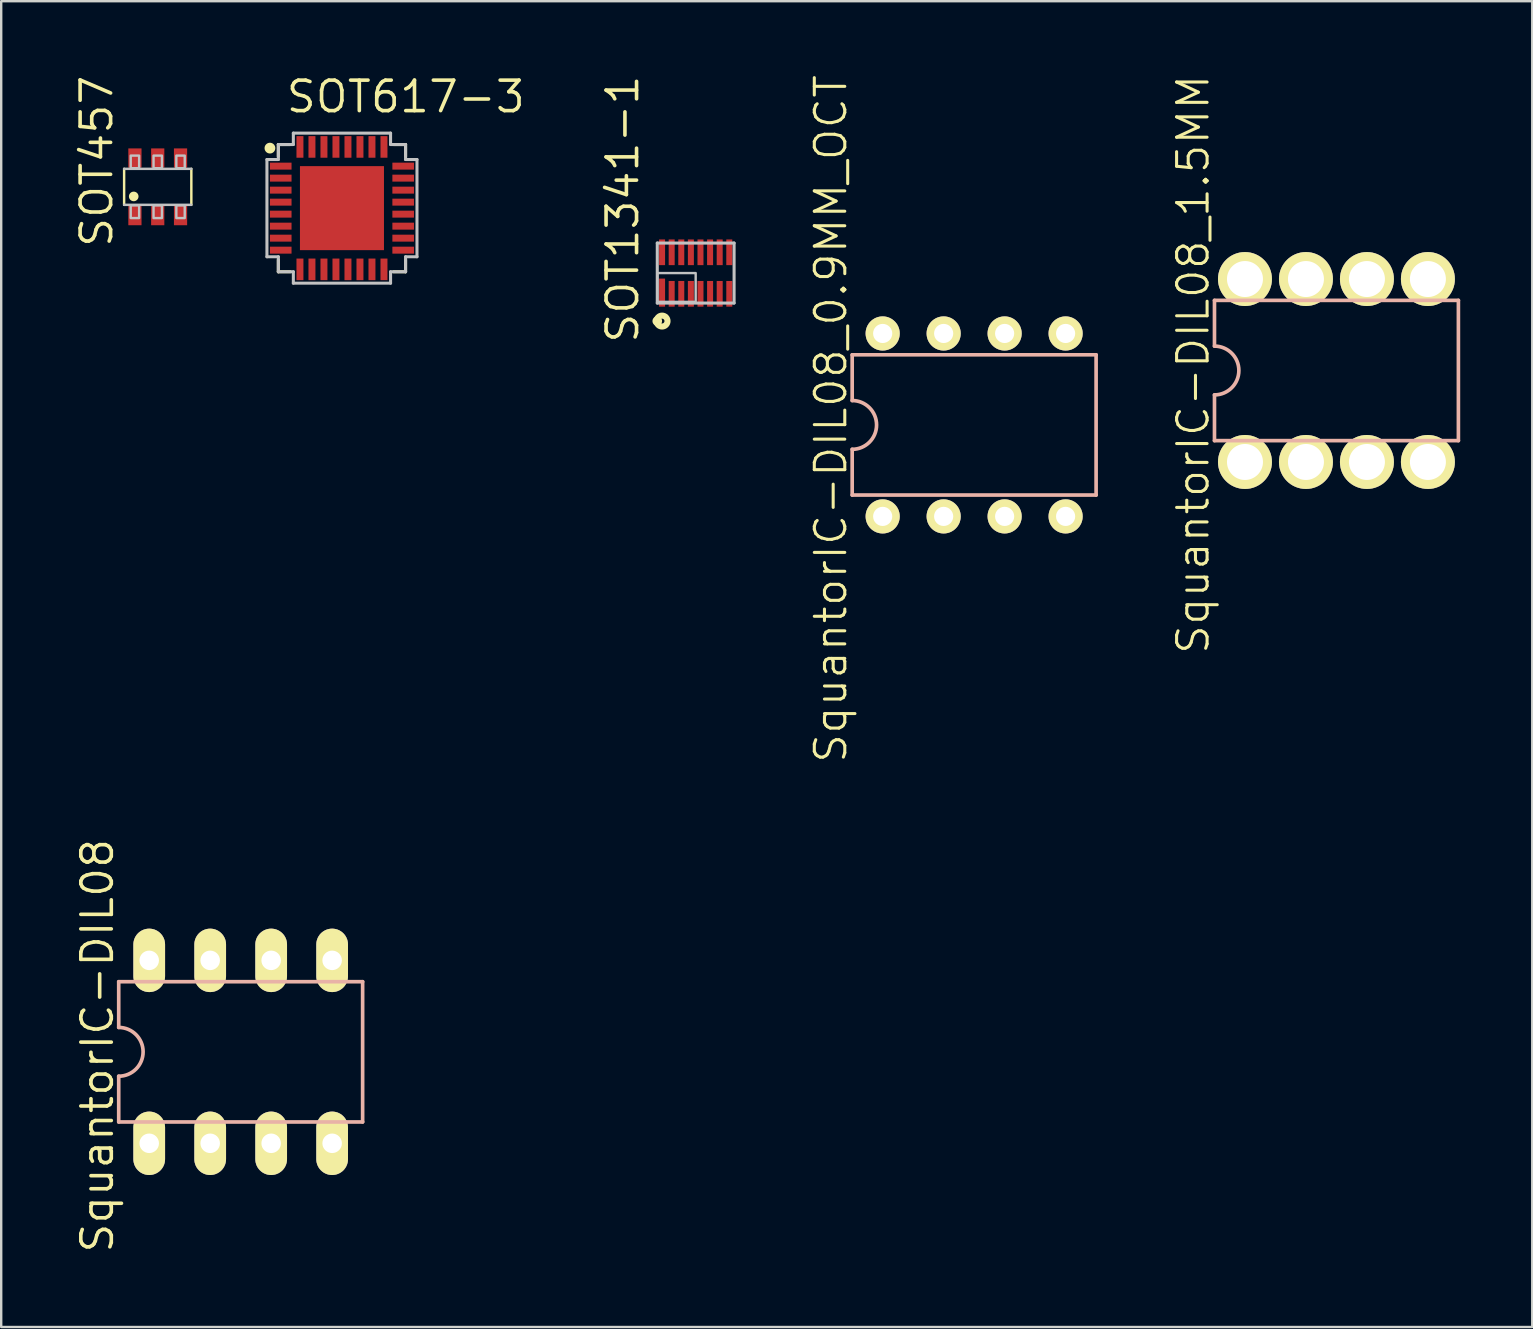
<source format=kicad_pcb>
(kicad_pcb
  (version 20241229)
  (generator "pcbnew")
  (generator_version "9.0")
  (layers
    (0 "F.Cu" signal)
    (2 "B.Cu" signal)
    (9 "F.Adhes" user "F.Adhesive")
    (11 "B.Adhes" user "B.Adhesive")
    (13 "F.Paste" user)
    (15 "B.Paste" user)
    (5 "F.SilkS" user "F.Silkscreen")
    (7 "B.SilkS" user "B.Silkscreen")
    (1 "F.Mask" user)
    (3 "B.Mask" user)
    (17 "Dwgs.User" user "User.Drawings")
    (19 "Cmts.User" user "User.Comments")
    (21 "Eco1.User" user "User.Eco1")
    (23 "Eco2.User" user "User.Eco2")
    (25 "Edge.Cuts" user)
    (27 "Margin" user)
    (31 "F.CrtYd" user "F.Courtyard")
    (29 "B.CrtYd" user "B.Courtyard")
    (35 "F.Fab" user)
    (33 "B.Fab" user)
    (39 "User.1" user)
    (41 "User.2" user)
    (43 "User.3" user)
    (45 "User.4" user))
  (footprint "SquantorIC-DIL08_1.5MM"
    (layer "F.Cu")
    (at 52.618 12.383)
    (property "Reference" "SquantorIC-DIL08_1.5MM" (at -5.969 -0.254 90) (layer "F.SilkS") (effects (font (size 1.27 1.27) (thickness 0.127))))
    (attr exclude_from_pos_files exclude_from_bom)
    (fp_line (start -5.08 -2.921) (end -5.08 -1.016) (stroke (width 0.152) (type solid)) (layer "B.SilkS"))
    (fp_line (start -5.08 2.921) (end -5.08 1.016) (stroke (width 0.152) (type solid)) (layer "B.SilkS"))
    (fp_line (start -5.08 2.921) (end 5.08 2.921) (stroke (width 0.152) (type solid)) (layer "B.SilkS"))
    (fp_line (start 5.08 -2.921) (end -5.08 -2.921) (stroke (width 0.152) (type solid)) (layer "B.SilkS"))
    (fp_line (start 5.08 -2.921) (end 5.08 2.921) (stroke (width 0.152) (type solid)) (layer "B.SilkS"))
    (fp_arc (start -5.08 -1.016) (mid -4.064 0) (end -5.08 1.016) (stroke (width 0.1524) (type solid)) (layer "B.SilkS"))
    (pad "1" thru_hole circle (at -3.81 3.81) (size 2.248 2.248) (drill 1.499) (layers "*.Cu" "F.Mask" "F.SilkS" "F.Paste"))
    (pad "2" thru_hole circle (at -1.27 3.81) (size 2.248 2.248) (drill 1.499) (layers "*.Cu" "F.Mask" "F.SilkS" "F.Paste"))
    (pad "3" thru_hole circle (at 1.27 3.81) (size 2.248 2.248) (drill 1.499) (layers "*.Cu" "F.Mask" "F.SilkS" "F.Paste"))
    (pad "4" thru_hole circle (at 3.81 3.81) (size 2.248 2.248) (drill 1.499) (layers "*.Cu" "F.Mask" "F.SilkS" "F.Paste"))
    (pad "5" thru_hole circle (at 3.81 -3.81) (size 2.248 2.248) (drill 1.499) (layers "*.Cu" "F.Mask" "F.SilkS" "F.Paste"))
    (pad "6" thru_hole circle (at 1.27 -3.81) (size 2.248 2.248) (drill 1.499) (layers "*.Cu" "F.Mask" "F.SilkS" "F.Paste"))
    (pad "7" thru_hole circle (at -1.27 -3.81) (size 2.248 2.248) (drill 1.499) (layers "*.Cu" "F.Mask" "F.SilkS" "F.Paste"))
    (pad "8" thru_hole circle (at -3.81 -3.81) (size 2.248 2.248) (drill 1.499) (layers "*.Cu" "F.Mask" "F.SilkS" "F.Paste")))
  (footprint "SOT617-3"
    (layer "F.Cu")
    (at 11.194 5.62)
    (property "Reference" "SOT617-3" (at -2.4 -3.9 0) (layer "F.SilkS") (effects (font (size 1.27 1.27) (thickness 0.15)) (justify left bottom)))
    (attr through_hole)
    (fp_line (start -2.65 -2.65) (end -2.65 -2.15) (stroke (width 0.127) (type solid)) (layer "F.SilkS"))
    (fp_line (start -2.65 -2.65) (end -2.15 -2.65) (stroke (width 0.127) (type solid)) (layer "F.SilkS"))
    (fp_line (start -2.65 2.15) (end -2.65 2.65) (stroke (width 0.127) (type solid)) (layer "F.SilkS"))
    (fp_line (start -2.65 2.65) (end -2.15 2.65) (stroke (width 0.127) (type solid)) (layer "F.SilkS"))
    (fp_line (start 2.15 -2.65) (end 2.65 -2.65) (stroke (width 0.127) (type solid)) (layer "F.SilkS"))
    (fp_line (start 2.15 2.65) (end 2.65 2.65) (stroke (width 0.127) (type solid)) (layer "F.SilkS"))
    (fp_line (start 2.65 -2.65) (end 2.65 -2.15) (stroke (width 0.127) (type solid)) (layer "F.SilkS"))
    (fp_line (start 2.65 2.15) (end 2.65 2.65) (stroke (width 0.127) (type solid)) (layer "F.SilkS"))
    (fp_circle (center -3 -2.5) (end -2.776 -2.5) (stroke (width 0) (type solid)) (fill yes) (layer "F.SilkS"))
    (fp_poly (pts (xy -1.05 -0.55) (xy -0.55 -0.55) (xy -0.55 -1.05) (xy -1.05 -1.05)) (stroke (width 0) (type solid)) (fill yes) (layer "F.Paste"))
    (fp_poly (pts (xy -1.05 0.25) (xy -0.55 0.25) (xy -0.55 -0.25) (xy -1.05 -0.25)) (stroke (width 0) (type solid)) (fill yes) (layer "F.Paste"))
    (fp_poly (pts (xy -1.05 1.05) (xy -0.55 1.05) (xy -0.55 0.55) (xy -1.05 0.55)) (stroke (width 0) (type solid)) (fill yes) (layer "F.Paste"))
    (fp_poly (pts (xy -0.25 -0.55) (xy 0.25 -0.55) (xy 0.25 -1.05) (xy -0.25 -1.05)) (stroke (width 0) (type solid)) (fill yes) (layer "F.Paste"))
    (fp_poly (pts (xy -0.25 0.25) (xy 0.25 0.25) (xy 0.25 -0.25) (xy -0.25 -0.25)) (stroke (width 0) (type solid)) (fill yes) (layer "F.Paste"))
    (fp_poly (pts (xy -0.25 1.05) (xy 0.25 1.05) (xy 0.25 0.55) (xy -0.25 0.55)) (stroke (width 0) (type solid)) (fill yes) (layer "F.Paste"))
    (fp_poly (pts (xy 0.55 -0.55) (xy 1.05 -0.55) (xy 1.05 -1.05) (xy 0.55 -1.05)) (stroke (width 0) (type solid)) (fill yes) (layer "F.Paste"))
    (fp_poly (pts (xy 0.55 0.25) (xy 1.05 0.25) (xy 1.05 -0.25) (xy 0.55 -0.25)) (stroke (width 0) (type solid)) (fill yes) (layer "F.Paste"))
    (fp_poly (pts (xy 0.55 1.05) (xy 1.05 1.05) (xy 1.05 0.55) (xy 0.55 0.55)) (stroke (width 0) (type solid)) (fill yes) (layer "F.Paste"))
    (fp_line (start -3.125 -2.025) (end -3.125 2.025) (stroke (width 0.127) (type solid)) (layer "Dwgs.User"))
    (fp_line (start -3.125 -2.025) (end -2.65 -2.025) (stroke (width 0.127) (type solid)) (layer "Dwgs.User"))
    (fp_line (start -3.125 2.025) (end -2.65 2.025) (stroke (width 0.127) (type solid)) (layer "Dwgs.User"))
    (fp_line (start -2.65 -2.65) (end -2.65 -2.025) (stroke (width 0.127) (type solid)) (layer "Dwgs.User"))
    (fp_line (start -2.65 -2.65) (end -2.025 -2.65) (stroke (width 0.127) (type solid)) (layer "Dwgs.User"))
    (fp_line (start -2.65 2.025) (end -2.65 2.65) (stroke (width 0.127) (type solid)) (layer "Dwgs.User"))
    (fp_line (start -2.65 2.65) (end -2.025 2.65) (stroke (width 0.127) (type solid)) (layer "Dwgs.User"))
    (fp_line (start -2.025 -3.125) (end -2.025 -2.65) (stroke (width 0.127) (type solid)) (layer "Dwgs.User"))
    (fp_line (start -2.025 3.125) (end -2.025 2.65) (stroke (width 0.127) (type solid)) (layer "Dwgs.User"))
    (fp_line (start -2.025 3.125) (end 2.025 3.125) (stroke (width 0.127) (type solid)) (layer "Dwgs.User"))
    (fp_line (start 2.025 -3.125) (end -2.025 -3.125) (stroke (width 0.127) (type solid)) (layer "Dwgs.User"))
    (fp_line (start 2.025 -3.125) (end 2.025 -2.65) (stroke (width 0.127) (type solid)) (layer "Dwgs.User"))
    (fp_line (start 2.025 -2.65) (end 2.65 -2.65) (stroke (width 0.127) (type solid)) (layer "Dwgs.User"))
    (fp_line (start 2.025 2.65) (end 2.65 2.65) (stroke (width 0.127) (type solid)) (layer "Dwgs.User"))
    (fp_line (start 2.025 3.125) (end 2.025 2.65) (stroke (width 0.127) (type solid)) (layer "Dwgs.User"))
    (fp_line (start 2.65 -2.65) (end 2.65 -2.025) (stroke (width 0.127) (type solid)) (layer "Dwgs.User"))
    (fp_line (start 2.65 -2.025) (end 3.125 -2.025) (stroke (width 0.127) (type solid)) (layer "Dwgs.User"))
    (fp_line (start 2.65 2.025) (end 2.65 2.65) (stroke (width 0.127) (type solid)) (layer "Dwgs.User"))
    (fp_line (start 2.65 2.025) (end 3.125 2.025) (stroke (width 0.127) (type solid)) (layer "Dwgs.User"))
    (fp_line (start 3.125 -2.025) (end 3.125 2.025) (stroke (width 0.127) (type solid)) (layer "Dwgs.User"))
    (pad "1" smd rect (at -2.55 -1.75 90) (size 0.29 0.9) (layers "F.Cu" "F.Mask" "F.Paste"))
    (pad "2" smd rect (at -2.55 -1.25 270) (size 0.29 0.9) (layers "F.Cu" "F.Mask" "F.Paste"))
    (pad "3" smd rect (at -2.55 -0.75 90) (size 0.29 0.9) (layers "F.Cu" "F.Mask" "F.Paste"))
    (pad "4" smd rect (at -2.55 -0.25 90) (size 0.29 0.9) (layers "F.Cu" "F.Mask" "F.Paste"))
    (pad "5" smd rect (at -2.55 0.25 90) (size 0.29 0.9) (layers "F.Cu" "F.Mask" "F.Paste"))
    (pad "6" smd rect (at -2.55 0.75 90) (size 0.29 0.9) (layers "F.Cu" "F.Mask" "F.Paste"))
    (pad "7" smd rect (at -2.55 1.25 90) (size 0.29 0.9) (layers "F.Cu" "F.Mask" "F.Paste"))
    (pad "8" smd rect (at -2.55 1.75 90) (size 0.29 0.9) (layers "F.Cu" "F.Mask" "F.Paste"))
    (pad "9" smd rect (at -1.75 2.55 180) (size 0.29 0.9) (layers "F.Cu" "F.Mask" "F.Paste"))
    (pad "10" smd rect (at -1.25 2.55 180) (size 0.29 0.9) (layers "F.Cu" "F.Mask" "F.Paste"))
    (pad "11" smd rect (at -0.75 2.55 180) (size 0.29 0.9) (layers "F.Cu" "F.Mask" "F.Paste"))
    (pad "12" smd rect (at -0.25 2.55 180) (size 0.29 0.9) (layers "F.Cu" "F.Mask" "F.Paste"))
    (pad "13" smd rect (at 0.25 2.55 180) (size 0.29 0.9) (layers "F.Cu" "F.Mask" "F.Paste"))
    (pad "14" smd rect (at 0.75 2.55 180) (size 0.29 0.9) (layers "F.Cu" "F.Mask" "F.Paste"))
    (pad "15" smd rect (at 1.25 2.55 180) (size 0.29 0.9) (layers "F.Cu" "F.Mask" "F.Paste"))
    (pad "16" smd rect (at 1.75 2.55 180) (size 0.29 0.9) (layers "F.Cu" "F.Mask" "F.Paste"))
    (pad "17" smd rect (at 2.55 1.75 270) (size 0.29 0.9) (layers "F.Cu" "F.Mask" "F.Paste"))
    (pad "18" smd rect (at 2.55 1.25 90) (size 0.29 0.9) (layers "F.Cu" "F.Mask" "F.Paste"))
    (pad "19" smd rect (at 2.55 0.75 270) (size 0.29 0.9) (layers "F.Cu" "F.Mask" "F.Paste"))
    (pad "20" smd rect (at 2.55 0.25 270) (size 0.29 0.9) (layers "F.Cu" "F.Mask" "F.Paste"))
    (pad "21" smd rect (at 2.55 -0.25 270) (size 0.29 0.9) (layers "F.Cu" "F.Mask" "F.Paste"))
    (pad "22" smd rect (at 2.55 -0.75 270) (size 0.29 0.9) (layers "F.Cu" "F.Mask" "F.Paste"))
    (pad "23" smd rect (at 2.55 -1.25 270) (size 0.29 0.9) (layers "F.Cu" "F.Mask" "F.Paste"))
    (pad "24" smd rect (at 2.55 -1.75 270) (size 0.29 0.9) (layers "F.Cu" "F.Mask" "F.Paste"))
    (pad "25" smd rect (at 1.75 -2.55) (size 0.29 0.9) (layers "F.Cu" "F.Mask" "F.Paste"))
    (pad "26" smd rect (at 1.25 -2.55) (size 0.29 0.9) (layers "F.Cu" "F.Mask" "F.Paste"))
    (pad "27" smd rect (at 0.75 -2.55) (size 0.29 0.9) (layers "F.Cu" "F.Mask" "F.Paste"))
    (pad "28" smd rect (at 0.25 -2.55) (size 0.29 0.9) (layers "F.Cu" "F.Mask" "F.Paste"))
    (pad "29" smd rect (at -0.25 -2.55) (size 0.29 0.9) (layers "F.Cu" "F.Mask" "F.Paste"))
    (pad "30" smd rect (at -0.75 -2.55) (size 0.29 0.9) (layers "F.Cu" "F.Mask" "F.Paste"))
    (pad "31" smd rect (at -1.25 -2.55) (size 0.29 0.9) (layers "F.Cu" "F.Mask" "F.Paste"))
    (pad "32" smd rect (at -1.75 -2.55) (size 0.29 0.9) (layers "F.Cu" "F.Mask" "F.Paste"))
    (pad "33" smd rect (at 0 0) (size 3.5 3.5) (layers "F.Cu" "F.Mask" "F.Paste")))
  (footprint "SOT457"
    (layer "F.Cu")
    (at 3.52 4.732)
    (property "Reference" "SOT457" (at -1.8 2.6 270) (layer "F.SilkS") (effects (font (size 1.27 1.27) (thickness 0.15)) (justify left bottom)))
    (attr through_hole)
    (fp_line (start -1.4 0.75) (end -1.4 -0.75) (stroke (width 0.102) (type solid)) (layer "F.SilkS"))
    (fp_line (start 1.4 -0.75) (end 1.4 0.75) (stroke (width 0.102) (type solid)) (layer "F.SilkS"))
    (fp_circle (center -1 0.4) (end -0.8 0.4) (stroke (width 0) (type solid)) (fill yes) (layer "F.SilkS"))
    (fp_line (start -1.4 -0.75) (end 1.4 -0.75) (stroke (width 0.102) (type solid)) (layer "Dwgs.User"))
    (fp_line (start 1.4 0.75) (end -1.4 0.75) (stroke (width 0.102) (type solid)) (layer "Dwgs.User"))
    (fp_poly (pts (xy -1.125 -0.775) (xy -0.775 -0.775) (xy -0.775 -1.3) (xy -1.125 -1.3)) (stroke (width 0.1) (type solid)) (fill no) (layer "Dwgs.User"))
    (fp_poly (pts (xy -1.125 1.3) (xy -0.775 1.3) (xy -0.775 0.775) (xy -1.125 0.775)) (stroke (width 0.1) (type solid)) (fill no) (layer "Dwgs.User"))
    (fp_poly (pts (xy -0.175 -0.775) (xy 0.175 -0.775) (xy 0.175 -1.3) (xy -0.175 -1.3)) (stroke (width 0.1) (type solid)) (fill no) (layer "Dwgs.User"))
    (fp_poly (pts (xy -0.175 1.3) (xy 0.175 1.3) (xy 0.175 0.775) (xy -0.175 0.775)) (stroke (width 0.1) (type solid)) (fill no) (layer "Dwgs.User"))
    (fp_poly (pts (xy 0.775 -0.775) (xy 1.125 -0.775) (xy 1.125 -1.3) (xy 0.775 -1.3)) (stroke (width 0.1) (type solid)) (fill no) (layer "Dwgs.User"))
    (fp_poly (pts (xy 0.775 1.3) (xy 1.125 1.3) (xy 1.125 0.775) (xy 0.775 0.775)) (stroke (width 0.1) (type solid)) (fill no) (layer "Dwgs.User"))
    (pad "1" smd rect (at -0.95 1.2) (size 0.55 0.8) (layers "F.Cu" "F.Mask" "F.Paste"))
    (pad "2" smd rect (at 0 1.2) (size 0.55 0.8) (layers "F.Cu" "F.Mask" "F.Paste"))
    (pad "3" smd rect (at 0.95 1.2) (size 0.55 0.8) (layers "F.Cu" "F.Mask" "F.Paste"))
    (pad "4" smd rect (at 0.95 -1.2) (size 0.55 0.8) (layers "F.Cu" "F.Mask" "F.Paste"))
    (pad "5" smd rect (at 0 -1.2) (size 0.55 0.8) (layers "F.Cu" "F.Mask" "F.Paste"))
    (pad "6" smd rect (at -0.95 -1.2) (size 0.55 0.8) (layers "F.Cu" "F.Mask" "F.Paste")))
  (footprint "SquantorIC-DIL08"
    (layer "F.Cu")
    (at 6.975 40.763)
    (property "Reference" "SquantorIC-DIL08" (at -5.969 -0.254 90) (layer "F.SilkS") (effects (font (size 1.27 1.27) (thickness 0.15))))
    (attr exclude_from_pos_files exclude_from_bom)
    (fp_line (start -5.08 -2.921) (end -5.08 -1.016) (stroke (width 0.152) (type solid)) (layer "B.SilkS"))
    (fp_line (start -5.08 2.921) (end -5.08 1.016) (stroke (width 0.152) (type solid)) (layer "B.SilkS"))
    (fp_line (start -5.08 2.921) (end 5.08 2.921) (stroke (width 0.152) (type solid)) (layer "B.SilkS"))
    (fp_line (start 5.08 -2.921) (end -5.08 -2.921) (stroke (width 0.152) (type solid)) (layer "B.SilkS"))
    (fp_line (start 5.08 -2.921) (end 5.08 2.921) (stroke (width 0.152) (type solid)) (layer "B.SilkS"))
    (fp_arc (start -5.08 -1.016) (mid -4.064 0) (end -5.08 1.016) (stroke (width 0.1524) (type solid)) (layer "B.SilkS"))
    (pad "1" thru_hole oval (at -3.81 3.81 180) (size 1.321 2.642) (drill 0.813) (layers "*.Cu" "F.Mask" "F.SilkS" "F.Paste"))
    (pad "2" thru_hole oval (at -1.27 3.81 180) (size 1.321 2.642) (drill 0.813) (layers "*.Cu" "F.Mask" "F.SilkS" "F.Paste"))
    (pad "3" thru_hole oval (at 1.27 3.81 180) (size 1.321 2.642) (drill 0.813) (layers "*.Cu" "F.Mask" "F.SilkS" "F.Paste"))
    (pad "4" thru_hole oval (at 3.81 3.81 180) (size 1.321 2.642) (drill 0.813) (layers "*.Cu" "F.Mask" "F.SilkS" "F.Paste"))
    (pad "5" thru_hole oval (at 3.81 -3.81 180) (size 1.321 2.642) (drill 0.813) (layers "*.Cu" "F.Mask" "F.SilkS" "F.Paste"))
    (pad "6" thru_hole oval (at 1.27 -3.81 180) (size 1.321 2.642) (drill 0.813) (layers "*.Cu" "F.Mask" "F.SilkS" "F.Paste"))
    (pad "7" thru_hole oval (at -1.27 -3.81 180) (size 1.321 2.642) (drill 0.813) (layers "*.Cu" "F.Mask" "F.SilkS" "F.Paste"))
    (pad "8" thru_hole oval (at -3.81 -3.81 180) (size 1.321 2.642) (drill 0.813) (layers "*.Cu" "F.Mask" "F.SilkS" "F.Paste")))
  (footprint "SOT1341-1"
    (layer "F.Cu")
    (at 25.928 8.324)
    (property "Reference" "SOT1341-1" (at -2.3 3 90) (layer "F.SilkS") (effects (font (size 1.27 1.27) (thickness 0.15)) (justify left bottom)))
    (attr through_hole)
    (fp_poly (pts (xy -1.575 -0.28) (xy 1.575 -0.28) (xy 1.575 -1.45) (xy -1.575 -1.45)) (stroke (width 0) (type solid)) (fill yes) (layer "F.Mask"))
    (fp_poly (pts (xy -1.575 1.45) (xy -1.2 1.45) (xy -1.2 0.18) (xy -1.575 0.18)) (stroke (width 0) (type solid)) (fill yes) (layer "F.Mask"))
    (fp_poly (pts (xy -1.2 1.45) (xy 1.575 1.45) (xy 1.575 0.28) (xy -1.2 0.28)) (stroke (width 0) (type solid)) (fill yes) (layer "F.Mask"))
    (fp_circle (center -1.6 2) (end -1.4 2) (stroke (width 0) (type solid)) (fill yes) (layer "F.SilkS"))
    (fp_circle (center -1.4 2) (end -1.3 2) (stroke (width 0.254) (type solid)) (fill no) (layer "F.SilkS"))
    (fp_line (start -1.6 -1.25) (end 1.6 -1.25) (stroke (width 0.127) (type solid)) (layer "Dwgs.User"))
    (fp_line (start -1.6 1.25) (end -1.6 -1.25) (stroke (width 0.127) (type solid)) (layer "Dwgs.User"))
    (fp_line (start 1.6 -1.25) (end 1.6 1.25) (stroke (width 0.127) (type solid)) (layer "Dwgs.User"))
    (fp_line (start 1.6 1.25) (end -1.6 1.25) (stroke (width 0.127) (type solid)) (layer "Dwgs.User"))
    (fp_poly (pts (xy -1.6 1.2) (xy 0 1.2) (xy 0 0) (xy -1.6 0)) (stroke (width 0.1) (type solid)) (fill no) (layer "Dwgs.User"))
    (pad "1" smd rect (at -1.4 0.815) (size 0.25 1.17) (layers "F.Cu" "F.Mask" "F.Paste"))
    (pad "2" smd rect (at -1 0.865) (size 0.25 1.07) (layers "F.Cu" "F.Mask" "F.Paste"))
    (pad "3" smd rect (at -0.6 0.865) (size 0.25 1.07) (layers "F.Cu" "F.Mask" "F.Paste"))
    (pad "4" smd rect (at -0.2 0.865) (size 0.25 1.07) (layers "F.Cu" "F.Mask" "F.Paste"))
    (pad "5" smd rect (at 0.2 0.865) (size 0.25 1.07) (layers "F.Cu" "F.Mask" "F.Paste"))
    (pad "6" smd rect (at 0.6 0.865) (size 0.25 1.07) (layers "F.Cu" "F.Mask" "F.Paste"))
    (pad "7" smd rect (at 1 0.865) (size 0.25 1.07) (layers "F.Cu" "F.Mask" "F.Paste"))
    (pad "8" smd rect (at 1.4 0.865) (size 0.25 1.07) (layers "F.Cu" "F.Mask" "F.Paste"))
    (pad "9" smd rect (at 1.4 -0.865) (size 0.25 1.07) (layers "F.Cu" "F.Mask" "F.Paste"))
    (pad "10" smd rect (at 1 -0.865) (size 0.25 1.07) (layers "F.Cu" "F.Mask" "F.Paste"))
    (pad "11" smd rect (at 0.6 -0.865) (size 0.25 1.07) (layers "F.Cu" "F.Mask" "F.Paste"))
    (pad "12" smd rect (at 0.2 -0.865) (size 0.25 1.07) (layers "F.Cu" "F.Mask" "F.Paste"))
    (pad "13" smd rect (at -0.2 -0.865) (size 0.25 1.07) (layers "F.Cu" "F.Mask" "F.Paste"))
    (pad "14" smd rect (at -0.6 -0.865) (size 0.25 1.07) (layers "F.Cu" "F.Mask" "F.Paste"))
    (pad "15" smd rect (at -1 -0.865) (size 0.25 1.07) (layers "F.Cu" "F.Mask" "F.Paste"))
    (pad "16" smd rect (at -1.4 -0.865) (size 0.25 1.07) (layers "F.Cu" "F.Mask" "F.Paste")))
  (footprint "SquantorIC-DIL08_0.9MM_OCT"
    (layer "F.Cu")
    (at 37.527 14.65)
    (property "Reference" "SquantorIC-DIL08_0.9MM_OCT" (at -5.969 -0.254 90) (layer "F.SilkS") (effects (font (size 1.27 1.27) (thickness 0.127))))
    (attr exclude_from_pos_files exclude_from_bom)
    (fp_line (start -5.08 -2.921) (end -5.08 -1.016) (stroke (width 0.152) (type solid)) (layer "B.SilkS"))
    (fp_line (start -5.08 2.921) (end -5.08 1.016) (stroke (width 0.152) (type solid)) (layer "B.SilkS"))
    (fp_line (start -5.08 2.921) (end 5.08 2.921) (stroke (width 0.152) (type solid)) (layer "B.SilkS"))
    (fp_line (start 5.08 -2.921) (end -5.08 -2.921) (stroke (width 0.152) (type solid)) (layer "B.SilkS"))
    (fp_line (start 5.08 -2.921) (end 5.08 2.921) (stroke (width 0.152) (type solid)) (layer "B.SilkS"))
    (fp_arc (start -5.08 -1.016) (mid -4.064 0) (end -5.08 1.016) (stroke (width 0.1524) (type solid)) (layer "B.SilkS"))
    (pad "1" thru_hole circle (at -3.81 3.81) (size 1.422 1.422) (drill 0.798) (layers "*.Cu" "F.Mask" "F.SilkS" "F.Paste"))
    (pad "2" thru_hole circle (at -1.27 3.81) (size 1.422 1.422) (drill 0.798) (layers "*.Cu" "F.Mask" "F.SilkS" "F.Paste"))
    (pad "3" thru_hole circle (at 1.27 3.81) (size 1.422 1.422) (drill 0.798) (layers "*.Cu" "F.Mask" "F.SilkS" "F.Paste"))
    (pad "4" thru_hole circle (at 3.81 3.81) (size 1.422 1.422) (drill 0.798) (layers "*.Cu" "F.Mask" "F.SilkS" "F.Paste"))
    (pad "5" thru_hole circle (at 3.81 -3.81) (size 1.422 1.422) (drill 0.798) (layers "*.Cu" "F.Mask" "F.SilkS" "F.Paste"))
    (pad "6" thru_hole circle (at 1.27 -3.81) (size 1.422 1.422) (drill 0.798) (layers "*.Cu" "F.Mask" "F.SilkS" "F.Paste"))
    (pad "7" thru_hole circle (at -1.27 -3.81) (size 1.422 1.422) (drill 0.798) (layers "*.Cu" "F.Mask" "F.SilkS" "F.Paste"))
    (pad "8" thru_hole circle (at -3.81 -3.81) (size 1.422 1.422) (drill 0.798) (layers "*.Cu" "F.Mask" "F.SilkS" "F.Paste")))
  (gr_rect
    (start -3 -3)
    (end 60.774 52.224)
    (stroke (width 0.1) (type default))
    (fill no)
    (layer "Edge.Cuts")))
</source>
